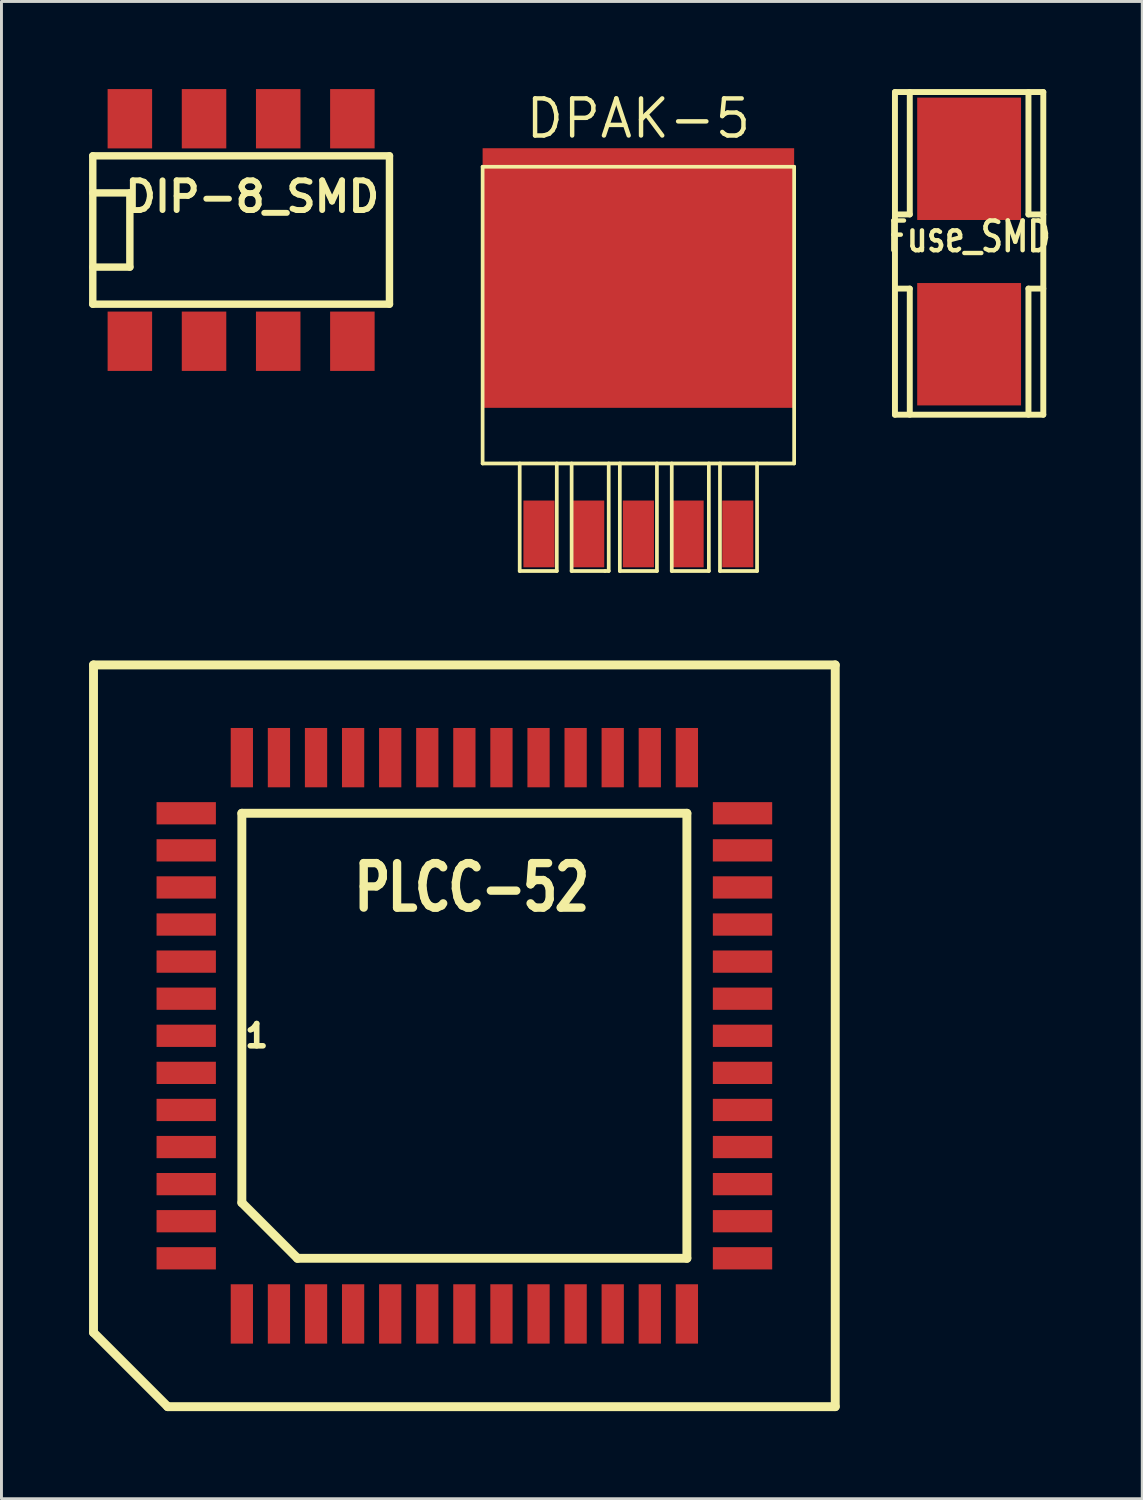
<source format=kicad_pcb>
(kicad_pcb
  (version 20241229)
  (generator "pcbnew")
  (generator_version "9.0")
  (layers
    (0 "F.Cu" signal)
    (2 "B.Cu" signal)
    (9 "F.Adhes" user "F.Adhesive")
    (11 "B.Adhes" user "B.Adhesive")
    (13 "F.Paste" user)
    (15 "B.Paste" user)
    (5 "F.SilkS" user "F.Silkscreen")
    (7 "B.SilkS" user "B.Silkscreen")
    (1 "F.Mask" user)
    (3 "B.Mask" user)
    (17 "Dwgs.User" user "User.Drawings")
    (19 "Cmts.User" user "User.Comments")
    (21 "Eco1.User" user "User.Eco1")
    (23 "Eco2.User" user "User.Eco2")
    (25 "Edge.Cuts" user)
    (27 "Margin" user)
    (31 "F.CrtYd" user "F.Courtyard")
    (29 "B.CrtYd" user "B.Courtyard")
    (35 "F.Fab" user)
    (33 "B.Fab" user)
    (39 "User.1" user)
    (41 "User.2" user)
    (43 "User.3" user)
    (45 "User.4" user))
  (footprint "DIP-8_SMD"
    (layer "F.Cu")
    (at 5.207 4.826)
    (property "Reference" "DIP-8_SMD" (at 0.381 -1.143 0) (layer "F.SilkS") (effects (font (size 1.016 1.016) (thickness 0.203))))
    (attr smd)
    (fp_line (start -5.08 -2.54) (end -5.08 2.54) (stroke (width 0.254) (type solid)) (layer "F.SilkS"))
    (fp_line (start -5.08 -1.27) (end -3.81 -1.27) (stroke (width 0.254) (type solid)) (layer "F.SilkS"))
    (fp_line (start -5.08 2.54) (end 5.08 2.54) (stroke (width 0.254) (type solid)) (layer "F.SilkS"))
    (fp_line (start -3.81 -1.27) (end -3.81 1.27) (stroke (width 0.254) (type solid)) (layer "F.SilkS"))
    (fp_line (start -3.81 1.27) (end -5.08 1.27) (stroke (width 0.254) (type solid)) (layer "F.SilkS"))
    (fp_line (start 5.08 -2.54) (end -5.08 -2.54) (stroke (width 0.254) (type solid)) (layer "F.SilkS"))
    (fp_line (start 5.08 2.54) (end 5.08 -2.54) (stroke (width 0.254) (type solid)) (layer "F.SilkS"))
    (pad "1" smd rect (at -3.81 3.81) (size 1.524 2.032) (layers "F.Cu" "F.Mask" "F.Paste"))
    (pad "2" smd rect (at -1.27 3.81) (size 1.524 2.032) (layers "F.Cu" "F.Mask" "F.Paste"))
    (pad "3" smd rect (at 1.27 3.81) (size 1.524 2.032) (layers "F.Cu" "F.Mask" "F.Paste"))
    (pad "4" smd rect (at 3.81 3.81) (size 1.524 2.032) (layers "F.Cu" "F.Mask" "F.Paste"))
    (pad "5" smd rect (at 3.81 -3.81) (size 1.524 2.032) (layers "F.Cu" "F.Mask" "F.Paste"))
    (pad "6" smd rect (at 1.27 -3.81) (size 1.524 2.032) (layers "F.Cu" "F.Mask" "F.Paste"))
    (pad "7" smd rect (at -1.27 -3.81) (size 1.524 2.032) (layers "F.Cu" "F.Mask" "F.Paste"))
    (pad "8" smd rect (at -3.81 -3.81) (size 1.524 2.032) (layers "F.Cu" "F.Mask" "F.Paste")))
  (footprint "PLCC-52"
    (layer "F.Cu")
    (at 12.852 32.42)
    (property "Reference" "PLCC-52" (at 0.254 -5.08 0) (layer "F.SilkS") (effects (font (size 1.524 1.143) (thickness 0.305))))
    (attr smd)
    (fp_line (start -12.7 -12.7) (end 12.7 -12.7) (stroke (width 0.305) (type solid)) (layer "F.SilkS"))
    (fp_line (start -12.7 10.16) (end -12.7 -12.7) (stroke (width 0.305) (type solid)) (layer "F.SilkS"))
    (fp_line (start -10.16 12.7) (end -12.7 10.16) (stroke (width 0.305) (type solid)) (layer "F.SilkS"))
    (fp_line (start -10.16 12.7) (end 12.7 12.7) (stroke (width 0.305) (type solid)) (layer "F.SilkS"))
    (fp_line (start -7.62 -7.62) (end 7.62 -7.62) (stroke (width 0.305) (type solid)) (layer "F.SilkS"))
    (fp_line (start -7.62 5.715) (end -7.62 -7.62) (stroke (width 0.305) (type solid)) (layer "F.SilkS"))
    (fp_line (start -5.715 7.62) (end -7.62 5.715) (stroke (width 0.305) (type solid)) (layer "F.SilkS"))
    (fp_line (start 7.62 -7.62) (end 7.62 7.62) (stroke (width 0.305) (type solid)) (layer "F.SilkS"))
    (fp_line (start 7.62 7.62) (end -5.715 7.62) (stroke (width 0.305) (type solid)) (layer "F.SilkS"))
    (fp_line (start 12.7 -12.7) (end 12.7 12.7) (stroke (width 0.305) (type solid)) (layer "F.SilkS"))
    (fp_text user "1" (at -7.112 0 0) (layer "F.SilkS") (effects (font (size 0.762 0.762) (thickness 0.305))))
    (pad "1" smd rect (at -9.525 0) (size 2.032 0.762) (layers "F.Cu" "F.Mask" "F.Paste"))
    (pad "2" smd rect (at -9.525 1.27) (size 2.032 0.762) (layers "F.Cu" "F.Mask" "F.Paste"))
    (pad "3" smd rect (at -9.525 2.54) (size 2.032 0.762) (layers "F.Cu" "F.Mask" "F.Paste"))
    (pad "4" smd rect (at -9.525 3.81) (size 2.032 0.762) (layers "F.Cu" "F.Mask" "F.Paste"))
    (pad "5" smd rect (at -9.525 5.08) (size 2.032 0.762) (layers "F.Cu" "F.Mask" "F.Paste"))
    (pad "6" smd rect (at -9.525 6.35) (size 2.032 0.762) (layers "F.Cu" "F.Mask" "F.Paste"))
    (pad "7" smd rect (at -9.525 7.62) (size 2.032 0.762) (layers "F.Cu" "F.Mask" "F.Paste"))
    (pad "8" smd rect (at -7.62 9.525) (size 0.762 2.032) (layers "F.Cu" "F.Mask" "F.Paste"))
    (pad "9" smd rect (at -6.35 9.525) (size 0.762 2.032) (layers "F.Cu" "F.Mask" "F.Paste"))
    (pad "10" smd rect (at -5.08 9.525) (size 0.762 2.032) (layers "F.Cu" "F.Mask" "F.Paste"))
    (pad "11" smd rect (at -3.81 9.525) (size 0.762 2.032) (layers "F.Cu" "F.Mask" "F.Paste"))
    (pad "12" smd rect (at -2.54 9.525) (size 0.762 2.032) (layers "F.Cu" "F.Mask" "F.Paste"))
    (pad "13" smd rect (at -1.27 9.525) (size 0.762 2.032) (layers "F.Cu" "F.Mask" "F.Paste"))
    (pad "14" smd rect (at 0 9.525) (size 0.762 2.032) (layers "F.Cu" "F.Mask" "F.Paste"))
    (pad "15" smd rect (at 1.27 9.525) (size 0.762 2.032) (layers "F.Cu" "F.Mask" "F.Paste"))
    (pad "16" smd rect (at 2.54 9.525) (size 0.762 2.032) (layers "F.Cu" "F.Mask" "F.Paste"))
    (pad "17" smd rect (at 3.81 9.525) (size 0.762 2.032) (layers "F.Cu" "F.Mask" "F.Paste"))
    (pad "18" smd rect (at 5.08 9.525) (size 0.762 2.032) (layers "F.Cu" "F.Mask" "F.Paste"))
    (pad "19" smd rect (at 6.35 9.525) (size 0.762 2.032) (layers "F.Cu" "F.Mask" "F.Paste"))
    (pad "20" smd rect (at 7.62 9.525) (size 0.762 2.032) (layers "F.Cu" "F.Mask" "F.Paste"))
    (pad "21" smd rect (at 9.525 7.62) (size 2.032 0.762) (layers "F.Cu" "F.Mask" "F.Paste"))
    (pad "22" smd rect (at 9.525 6.35) (size 2.032 0.762) (layers "F.Cu" "F.Mask" "F.Paste"))
    (pad "23" smd rect (at 9.525 5.08) (size 2.032 0.762) (layers "F.Cu" "F.Mask" "F.Paste"))
    (pad "24" smd rect (at 9.525 3.81) (size 2.032 0.762) (layers "F.Cu" "F.Mask" "F.Paste"))
    (pad "25" smd rect (at 9.525 2.54) (size 2.032 0.762) (layers "F.Cu" "F.Mask" "F.Paste"))
    (pad "26" smd rect (at 9.525 1.27) (size 2.032 0.762) (layers "F.Cu" "F.Mask" "F.Paste"))
    (pad "27" smd rect (at 9.525 0) (size 2.032 0.762) (layers "F.Cu" "F.Mask" "F.Paste"))
    (pad "28" smd rect (at 9.525 -1.27) (size 2.032 0.762) (layers "F.Cu" "F.Mask" "F.Paste"))
    (pad "29" smd rect (at 9.525 -2.54) (size 2.032 0.762) (layers "F.Cu" "F.Mask" "F.Paste"))
    (pad "30" smd rect (at 9.525 -3.81) (size 2.032 0.762) (layers "F.Cu" "F.Mask" "F.Paste"))
    (pad "31" smd rect (at 9.525 -5.08) (size 2.032 0.762) (layers "F.Cu" "F.Mask" "F.Paste"))
    (pad "32" smd rect (at 9.525 -6.35) (size 2.032 0.762) (layers "F.Cu" "F.Mask" "F.Paste"))
    (pad "33" smd rect (at 9.525 -7.62) (size 2.032 0.762) (layers "F.Cu" "F.Mask" "F.Paste"))
    (pad "34" smd rect (at 7.62 -9.525) (size 0.762 2.032) (layers "F.Cu" "F.Mask" "F.Paste"))
    (pad "35" smd rect (at 6.35 -9.525) (size 0.762 2.032) (layers "F.Cu" "F.Mask" "F.Paste"))
    (pad "36" smd rect (at 5.08 -9.525) (size 0.762 2.032) (layers "F.Cu" "F.Mask" "F.Paste"))
    (pad "37" smd rect (at 3.81 -9.525) (size 0.762 2.032) (layers "F.Cu" "F.Mask" "F.Paste"))
    (pad "38" smd rect (at 2.54 -9.525) (size 0.762 2.032) (layers "F.Cu" "F.Mask" "F.Paste"))
    (pad "39" smd rect (at 1.27 -9.525) (size 0.762 2.032) (layers "F.Cu" "F.Mask" "F.Paste"))
    (pad "40" smd rect (at 0 -9.525) (size 0.762 2.032) (layers "F.Cu" "F.Mask" "F.Paste"))
    (pad "41" smd rect (at -1.27 -9.525) (size 0.762 2.032) (layers "F.Cu" "F.Mask" "F.Paste"))
    (pad "42" smd rect (at -2.54 -9.525) (size 0.762 2.032) (layers "F.Cu" "F.Mask" "F.Paste"))
    (pad "43" smd rect (at -3.81 -9.525) (size 0.762 2.032) (layers "F.Cu" "F.Mask" "F.Paste"))
    (pad "44" smd rect (at -5.08 -9.525) (size 0.762 2.032) (layers "F.Cu" "F.Mask" "F.Paste"))
    (pad "45" smd rect (at -6.35 -9.525) (size 0.762 2.032) (layers "F.Cu" "F.Mask" "F.Paste"))
    (pad "46" smd rect (at -7.62 -9.525) (size 0.762 2.032) (layers "F.Cu" "F.Mask" "F.Paste"))
    (pad "47" smd rect (at -9.525 -7.62) (size 2.032 0.762) (layers "F.Cu" "F.Mask" "F.Paste"))
    (pad "48" smd rect (at -9.525 -6.35) (size 2.032 0.762) (layers "F.Cu" "F.Mask" "F.Paste"))
    (pad "49" smd rect (at -9.525 -5.08) (size 2.032 0.762) (layers "F.Cu" "F.Mask" "F.Paste"))
    (pad "50" smd rect (at -9.525 -3.81) (size 2.032 0.762) (layers "F.Cu" "F.Mask" "F.Paste"))
    (pad "51" smd rect (at -9.525 -2.54) (size 2.032 0.762) (layers "F.Cu" "F.Mask" "F.Paste"))
    (pad "52" smd rect (at -9.525 -1.27) (size 2.032 0.762) (layers "F.Cu" "F.Mask" "F.Paste")))
  (footprint "DPAK-5"
    (layer "F.Cu")
    (at 18.811 15.234)
    (property "Reference" "DPAK-5" (at 0 -14.224 0) (layer "F.SilkS") (effects (font (size 1.27 1.27) (thickness 0.152))))
    (attr through_hole)
    (fp_line (start -5.334 -12.573) (end -5.334 -2.413) (stroke (width 0.127) (type solid)) (layer "F.SilkS"))
    (fp_line (start -5.334 -2.413) (end 5.334 -2.413) (stroke (width 0.127) (type solid)) (layer "F.SilkS"))
    (fp_line (start -4.064 -2.413) (end -4.064 1.27) (stroke (width 0.127) (type solid)) (layer "F.SilkS"))
    (fp_line (start -4.064 1.27) (end -2.794 1.27) (stroke (width 0.127) (type solid)) (layer "F.SilkS"))
    (fp_line (start -2.794 1.27) (end -2.794 -2.413) (stroke (width 0.127) (type solid)) (layer "F.SilkS"))
    (fp_line (start -2.286 -2.413) (end -2.286 1.27) (stroke (width 0.127) (type solid)) (layer "F.SilkS"))
    (fp_line (start -2.286 1.27) (end -1.143 1.27) (stroke (width 0.127) (type solid)) (layer "F.SilkS"))
    (fp_line (start -1.143 1.27) (end -1.016 1.27) (stroke (width 0.127) (type solid)) (layer "F.SilkS"))
    (fp_line (start -1.016 1.27) (end -1.016 -2.413) (stroke (width 0.127) (type solid)) (layer "F.SilkS"))
    (fp_line (start -0.635 -2.413) (end -0.635 1.27) (stroke (width 0.127) (type solid)) (layer "F.SilkS"))
    (fp_line (start -0.635 1.27) (end 0.635 1.27) (stroke (width 0.127) (type solid)) (layer "F.SilkS"))
    (fp_line (start 0.635 1.27) (end 0.635 -2.413) (stroke (width 0.127) (type solid)) (layer "F.SilkS"))
    (fp_line (start 1.143 -2.413) (end 1.143 1.27) (stroke (width 0.127) (type solid)) (layer "F.SilkS"))
    (fp_line (start 1.143 1.27) (end 2.413 1.27) (stroke (width 0.127) (type solid)) (layer "F.SilkS"))
    (fp_line (start 2.413 1.27) (end 2.413 -2.413) (stroke (width 0.127) (type solid)) (layer "F.SilkS"))
    (fp_line (start 2.794 -2.413) (end 2.794 1.27) (stroke (width 0.127) (type solid)) (layer "F.SilkS"))
    (fp_line (start 2.794 1.27) (end 4.064 1.27) (stroke (width 0.127) (type solid)) (layer "F.SilkS"))
    (fp_line (start 4.064 1.27) (end 4.064 -2.413) (stroke (width 0.127) (type solid)) (layer "F.SilkS"))
    (fp_line (start 5.334 -12.573) (end -5.334 -12.573) (stroke (width 0.127) (type solid)) (layer "F.SilkS"))
    (fp_line (start 5.334 -2.413) (end 5.334 -12.573) (stroke (width 0.127) (type solid)) (layer "F.SilkS"))
    (pad "1" smd rect (at -3.404 0) (size 1.067 2.286) (layers "F.Cu" "F.Mask" "F.Paste"))
    (pad "2" smd rect (at -1.702 0) (size 1.067 2.286) (layers "F.Cu" "F.Mask" "F.Paste"))
    (pad "3" smd rect (at 0 -8.763) (size 10.668 8.89) (layers "F.Cu" "F.Mask" "F.Paste"))
    (pad "3" smd rect (at 0 0) (size 1.067 2.286) (layers "F.Cu" "F.Mask" "F.Paste"))
    (pad "4" smd rect (at 1.702 0) (size 1.067 2.286) (layers "F.Cu" "F.Mask" "F.Paste"))
    (pad "5" smd rect (at 3.404 0) (size 1.067 2.286) (layers "F.Cu" "F.Mask" "F.Paste")))
  (footprint "Fuse_SMD"
    (layer "F.Cu")
    (at 30.137 5.563)
    (property "Reference" "Fuse_SMD" (at 0 -0.508 0) (layer "F.SilkS") (effects (font (size 1.016 0.762) (thickness 0.152))))
    (attr smd)
    (fp_line (start -2.54 -5.461) (end -2.54 5.588) (stroke (width 0.203) (type solid)) (layer "F.SilkS"))
    (fp_line (start -2.54 -5.461) (end 2.54 -5.461) (stroke (width 0.203) (type solid)) (layer "F.SilkS"))
    (fp_line (start -2.032 -5.461) (end -2.032 -1.27) (stroke (width 0.203) (type solid)) (layer "F.SilkS"))
    (fp_line (start -2.032 -1.27) (end -2.54 -1.27) (stroke (width 0.203) (type solid)) (layer "F.SilkS"))
    (fp_line (start -2.032 1.27) (end -2.54 1.27) (stroke (width 0.203) (type solid)) (layer "F.SilkS"))
    (fp_line (start -2.032 5.588) (end -2.032 1.27) (stroke (width 0.203) (type solid)) (layer "F.SilkS"))
    (fp_line (start 2.032 -5.461) (end 2.032 -1.27) (stroke (width 0.203) (type solid)) (layer "F.SilkS"))
    (fp_line (start 2.032 -1.27) (end 2.54 -1.27) (stroke (width 0.203) (type solid)) (layer "F.SilkS"))
    (fp_line (start 2.032 1.27) (end 2.54 1.27) (stroke (width 0.203) (type solid)) (layer "F.SilkS"))
    (fp_line (start 2.032 5.588) (end 2.032 1.27) (stroke (width 0.203) (type solid)) (layer "F.SilkS"))
    (fp_line (start 2.54 5.588) (end -2.54 5.588) (stroke (width 0.203) (type solid)) (layer "F.SilkS"))
    (fp_line (start 2.54 5.588) (end 2.54 -5.461) (stroke (width 0.203) (type solid)) (layer "F.SilkS"))
    (pad "1" smd rect (at 0 -3.175) (size 3.556 4.191) (layers "F.Cu" "F.Mask" "F.Paste"))
    (pad "2" smd rect (at 0 3.175) (size 3.556 4.191) (layers "F.Cu" "F.Mask" "F.Paste")))
  (gr_rect
    (start -3 -3)
    (end 36.066 48.273)
    (stroke (width 0.1) (type default))
    (fill no)
    (layer "Edge.Cuts")))
</source>
